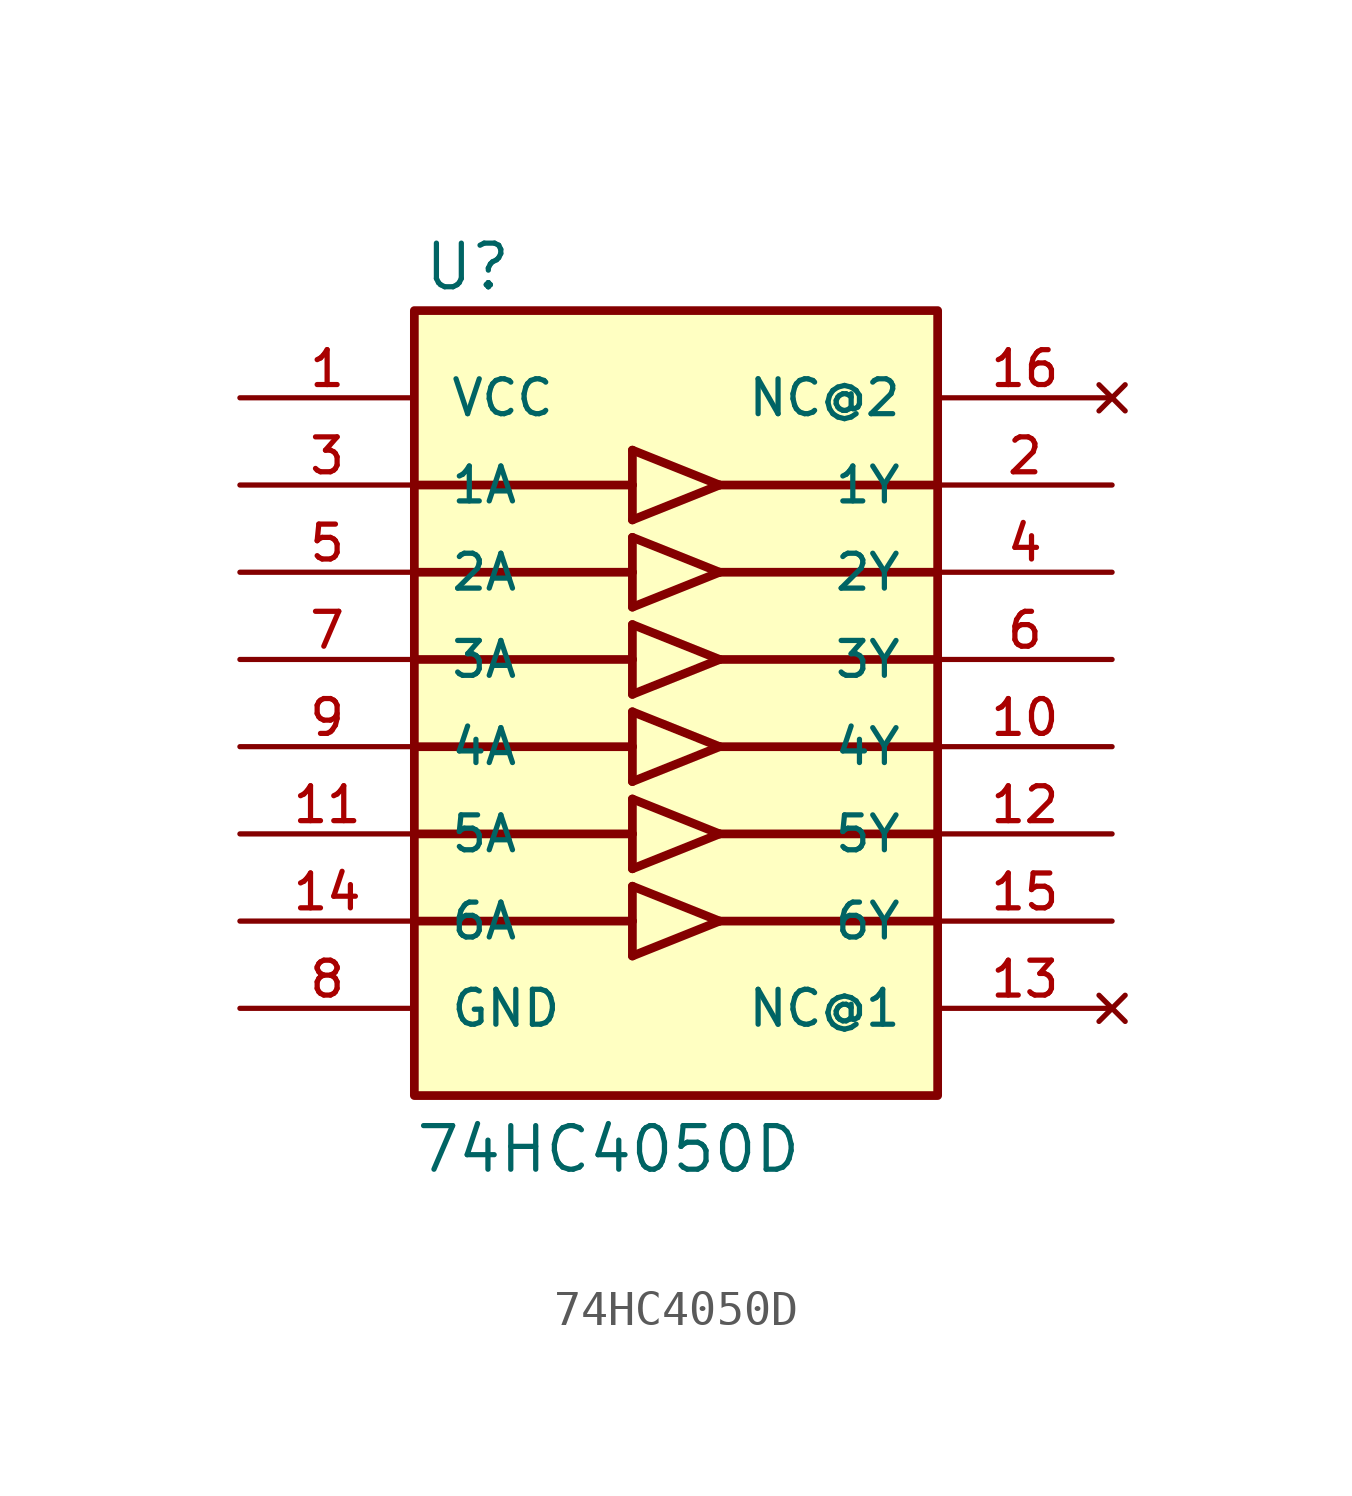
<source format=kicad_sym>
(kicad_symbol_lib
  (version 20211014)
  (generator kicad_symbol_editor)
  (symbol "74HC4050D"
    (pin_names
      (offset 1.016))
    (property "Reference" "U"
      (at -7.38 11.961 0)
      (effects (font (size 1.27 1.27)) (justify bottom left)))
    (property "Value" "74HC4050D"
      (at -7.633 -13.739 0)
      (effects (font (size 1.27 1.27)) (justify bottom left)))
    (symbol "74HC4050D_0_0"
      (polyline (pts (xy -7.62 -6.35) (xy -1.27 -6.35)) (stroke (width 0.254)))
      (polyline (pts (xy 7.62 -6.35) (xy 1.27 -6.35)) (stroke (width 0.254)))
      (polyline (pts (xy -1.27 -7.366) (xy -1.27 -6.35)) (stroke (width 0.254)))
      (polyline (pts (xy -1.27 -5.334) (xy -1.27 -6.35)) (stroke (width 0.254)))
      (polyline (pts (xy -1.27 -7.366) (xy 1.27 -6.35)) (stroke (width 0.254)))
      (polyline (pts (xy 1.27 -6.35) (xy -1.27 -5.334)) (stroke (width 0.254)))
      (polyline (pts (xy -7.62 -3.81) (xy -1.27 -3.81)) (stroke (width 0.254)))
      (polyline (pts (xy 7.62 -3.81) (xy 1.27 -3.81)) (stroke (width 0.254)))
      (polyline (pts (xy -1.27 -2.794) (xy -1.27 -3.81)) (stroke (width 0.254)))
      (polyline (pts (xy 1.27 -3.81) (xy -1.27 -2.794)) (stroke (width 0.254)))
      (polyline (pts (xy -1.27 -3.81) (xy -1.27 -4.826)) (stroke (width 0.254)))
      (polyline (pts (xy -1.27 -4.826) (xy 1.27 -3.81)) (stroke (width 0.254)))
      (polyline (pts (xy -7.62 -1.27) (xy -1.27 -1.27)) (stroke (width 0.254)))
      (polyline (pts (xy 7.62 -1.27) (xy 1.27 -1.27)) (stroke (width 0.254)))
      (polyline (pts (xy -1.27 -2.286) (xy -1.27 -1.27)) (stroke (width 0.254)))
      (polyline (pts (xy -1.27 -0.254) (xy -1.27 -1.27)) (stroke (width 0.254)))
      (polyline (pts (xy -1.27 -2.286) (xy 1.27 -1.27)) (stroke (width 0.254)))
      (polyline (pts (xy 1.27 -1.27) (xy -1.27 -0.254)) (stroke (width 0.254)))
      (polyline (pts (xy -7.62 1.27) (xy -1.27 1.27)) (stroke (width 0.254)))
      (polyline (pts (xy 7.62 1.27) (xy 1.27 1.27)) (stroke (width 0.254)))
      (polyline (pts (xy -1.27 2.286) (xy -1.27 1.27)) (stroke (width 0.254)))
      (polyline (pts (xy 1.27 1.27) (xy -1.27 2.286)) (stroke (width 0.254)))
      (polyline (pts (xy -1.27 1.27) (xy -1.27 0.254)) (stroke (width 0.254)))
      (polyline (pts (xy -1.27 0.254) (xy 1.27 1.27)) (stroke (width 0.254)))
      (polyline (pts (xy -7.62 3.81) (xy -1.27 3.81)) (stroke (width 0.254)))
      (polyline (pts (xy 7.62 3.81) (xy 1.27 3.81)) (stroke (width 0.254)))
      (polyline (pts (xy -1.27 2.794) (xy -1.27 3.81)) (stroke (width 0.254)))
      (polyline (pts (xy -1.27 4.826) (xy -1.27 3.81)) (stroke (width 0.254)))
      (polyline (pts (xy -1.27 2.794) (xy 1.27 3.81)) (stroke (width 0.254)))
      (polyline (pts (xy 1.27 3.81) (xy -1.27 4.826)) (stroke (width 0.254)))
      (polyline (pts (xy -7.62 6.35) (xy -1.27 6.35)) (stroke (width 0.254)))
      (polyline (pts (xy 7.62 6.35) (xy 1.27 6.35)) (stroke (width 0.254)))
      (polyline (pts (xy -1.27 7.366) (xy -1.27 6.35)) (stroke (width 0.254)))
      (polyline (pts (xy 1.27 6.35) (xy -1.27 7.366)) (stroke (width 0.254)))
      (polyline (pts (xy -1.27 6.35) (xy -1.27 5.334)) (stroke (width 0.254)))
      (polyline (pts (xy -1.27 5.334) (xy 1.27 6.35)) (stroke (width 0.254)))
      (rectangle (start -7.62 -11.43) (end 7.62 11.43) (stroke (width 0.254)) (fill (type background)))
      (pin power_in line (at -12.7 8.89 0) (length 5.08) (name "VCC" (effects (font (size 1.016 1.016)))) (number "1" (effects (font (size 1.016 1.016)))))
      (pin input line (at -12.7 3.81 0) (length 5.08) (name "2A" (effects (font (size 1.016 1.016)))) (number "5" (effects (font (size 1.016 1.016)))))
      (pin input line (at -12.7 1.27 0) (length 5.08) (name "3A" (effects (font (size 1.016 1.016)))) (number "7" (effects (font (size 1.016 1.016)))))
      (pin input line (at -12.7 -1.27 0) (length 5.08) (name "4A" (effects (font (size 1.016 1.016)))) (number "9" (effects (font (size 1.016 1.016)))))
      (pin input line (at -12.7 -3.81 0) (length 5.08) (name "5A" (effects (font (size 1.016 1.016)))) (number "11" (effects (font (size 1.016 1.016)))))
      (pin input line (at -12.7 -6.35 0) (length 5.08) (name "6A" (effects (font (size 1.016 1.016)))) (number "14" (effects (font (size 1.016 1.016)))))
      (pin power_in line (at -12.7 -8.89 0) (length 5.08) (name "GND" (effects (font (size 1.016 1.016)))) (number "8" (effects (font (size 1.016 1.016)))))
      (pin output line (at 12.7 -6.35 180.0) (length 5.08) (name "6Y" (effects (font (size 1.016 1.016)))) (number "15" (effects (font (size 1.016 1.016)))))
      (pin output line (at 12.7 -3.81 180.0) (length 5.08) (name "5Y" (effects (font (size 1.016 1.016)))) (number "12" (effects (font (size 1.016 1.016)))))
      (pin output line (at 12.7 -1.27 180.0) (length 5.08) (name "4Y" (effects (font (size 1.016 1.016)))) (number "10" (effects (font (size 1.016 1.016)))))
      (pin output line (at 12.7 1.27 180.0) (length 5.08) (name "3Y" (effects (font (size 1.016 1.016)))) (number "6" (effects (font (size 1.016 1.016)))))
      (pin output line (at 12.7 3.81 180.0) (length 5.08) (name "2Y" (effects (font (size 1.016 1.016)))) (number "4" (effects (font (size 1.016 1.016)))))
      (pin input line (at -12.7 6.35 0) (length 5.08) (name "1A" (effects (font (size 1.016 1.016)))) (number "3" (effects (font (size 1.016 1.016)))))
      (pin output line (at 12.7 6.35 180.0) (length 5.08) (name "1Y" (effects (font (size 1.016 1.016)))) (number "2" (effects (font (size 1.016 1.016)))))
      (pin no_connect line (at 12.7 8.89 180.0) (length 5.08) (name "NC@2" (effects (font (size 1.016 1.016)))) (number "16" (effects (font (size 1.016 1.016)))))
      (pin no_connect line (at 12.7 -8.89 180.0) (length 5.08) (name "NC@1" (effects (font (size 1.016 1.016)))) (number "13" (effects (font (size 1.016 1.016))))))))
</source>
